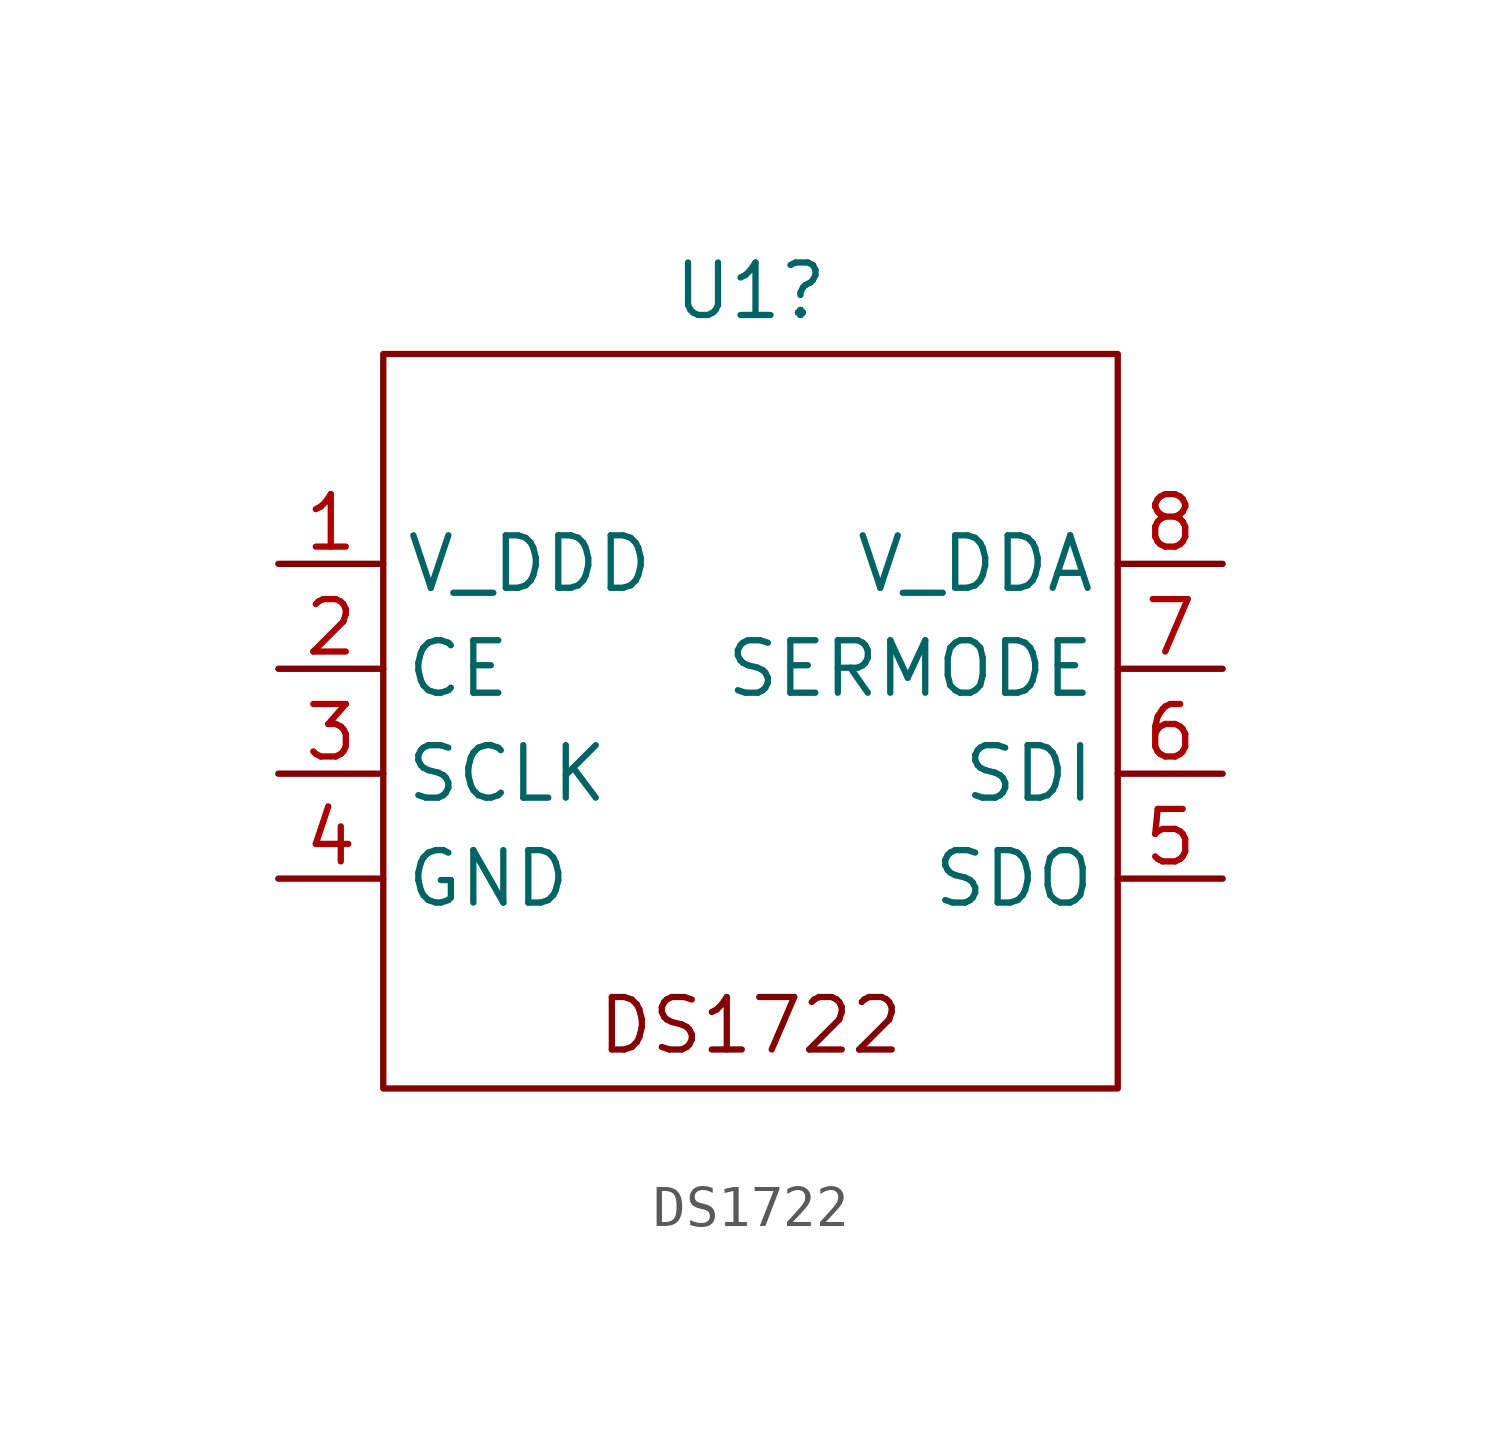
<source format=kicad_sym>
(kicad_symbol_lib
  (version 20231120)
  (generator "kicad_symbol_editor")
  (generator_version "8.0")
  (symbol "DS1722"
    (property "Reference" "U1"
      (at 0 7.874 0)
      (effects (font (size 1.27 1.27))))
    (property "Value" ""
      (at -1.27 0 0)
      (effects (font (size 1.27 1.27))))
    (symbol "DS1722_0_1"
      (rectangle (start -8.89 6.35) (end 8.89 -11.43) (stroke (width 0) (type default)) (fill (type none))))
    (symbol "DS1722_1_1"
      (text "DS1722" (at 0 -9.906 0) (effects (font (size 1.27 1.27))))
      (pin input line (at -11.43 1.27 0) (length 2.54) (name "V_DDD" (effects (font (size 1.27 1.27)))) (number "1" (effects (font (size 1.27 1.27)))))
      (pin input line (at -11.43 -1.27 0) (length 2.54) (name "CE" (effects (font (size 1.27 1.27)))) (number "2" (effects (font (size 1.27 1.27)))))
      (pin input line (at -11.43 -3.81 0) (length 2.54) (name "SCLK" (effects (font (size 1.27 1.27)))) (number "3" (effects (font (size 1.27 1.27)))))
      (pin input line (at -11.43 -6.35 0) (length 2.54) (name "GND" (effects (font (size 1.27 1.27)))) (number "4" (effects (font (size 1.27 1.27)))))
      (pin output line (at 11.43 -6.35 180) (length 2.54) (name "SDO" (effects (font (size 1.27 1.27)))) (number "5" (effects (font (size 1.27 1.27)))))
      (pin input line (at 11.43 -3.81 180) (length 2.54) (name "SDI" (effects (font (size 1.27 1.27)))) (number "6" (effects (font (size 1.27 1.27)))))
      (pin input line (at 11.43 -1.27 180) (length 2.54) (name "SERMODE" (effects (font (size 1.27 1.27)))) (number "7" (effects (font (size 1.27 1.27)))))
      (pin input line (at 11.43 1.27 180) (length 2.54) (name "V_DDA" (effects (font (size 1.27 1.27)))) (number "8" (effects (font (size 1.27 1.27))))))))
</source>
